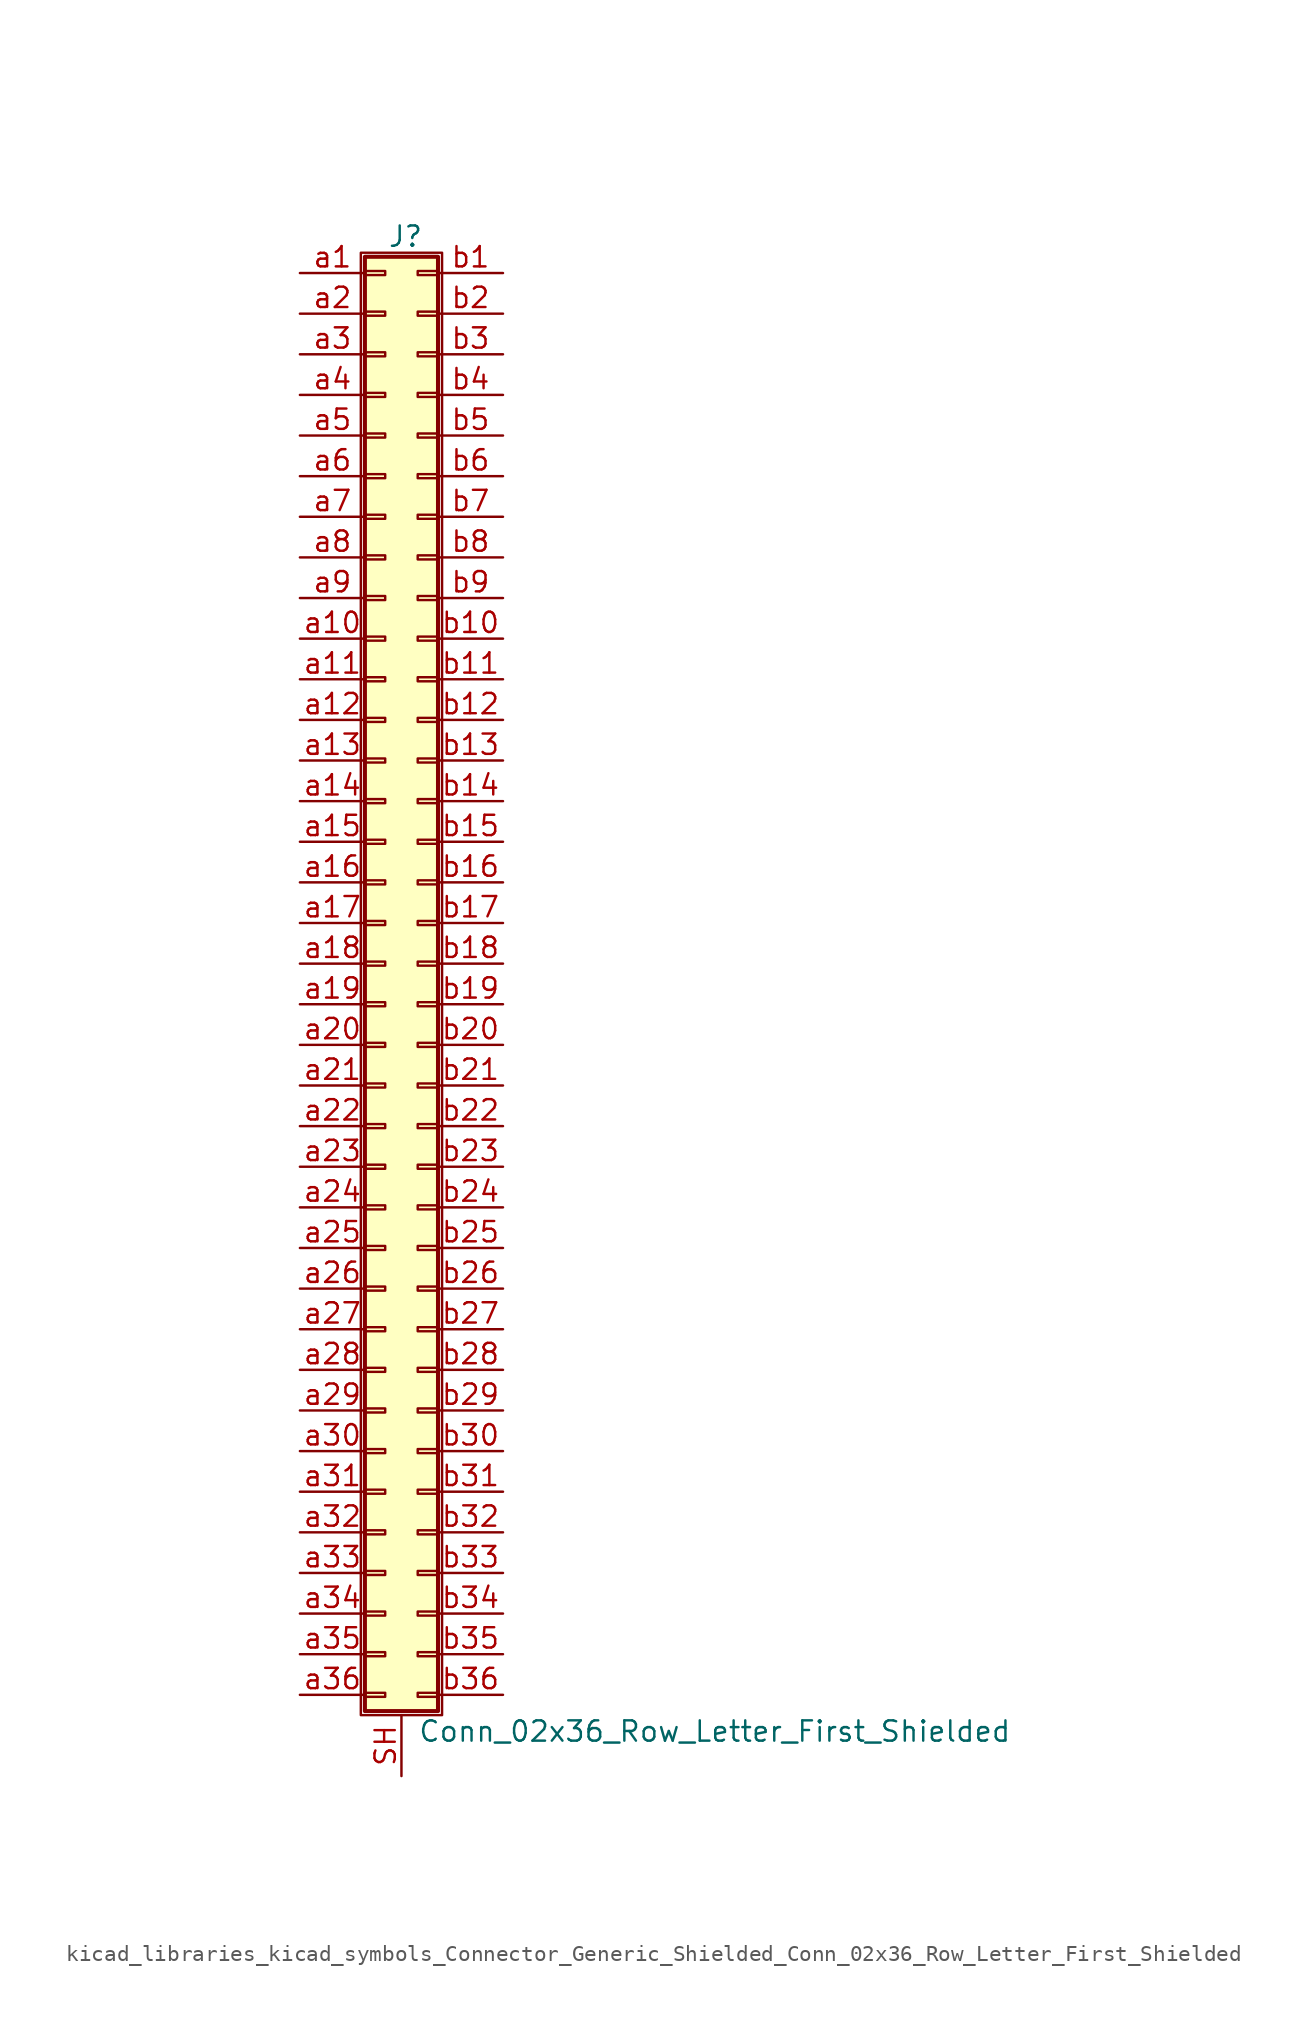
<source format=kicad_sym>
(kicad_symbol_lib
  (version 20220914)
  (generator kicad_symbol_editor)
  (symbol "kicad_libraries_kicad_symbols_Connector_Generic_Shielded_Conn_02x36_Row_Letter_First_Shielded"
    (pin_names
      (offset 1.016) hide)
    (property "Reference" "J"
      (at 1.524 45.466 0)
      (effects (font (size 1.27 1.27))))
    (property "Value" "Conn_02x36_Row_Letter_First_Shielded"
      (at 2.286 -48.006 0)
      (effects (font (size 1.27 1.27)) (justify left)))
    (symbol "kicad_libraries_kicad_symbols_Connector_Generic_Shielded_Conn_02x36_Row_Letter_First_Shielded_1_1"
      (rectangle (start -1.27 44.45) (end 3.81 -46.99) (stroke (width 0.152) (type default)) (fill (type none)))
      (rectangle (start -1.016 -45.593) (end 0.254 -45.847) (stroke (width 0.152) (type default)) (fill (type none)))
      (rectangle (start -1.016 -43.053) (end 0.254 -43.307) (stroke (width 0.152) (type default)) (fill (type none)))
      (rectangle (start -1.016 -40.513) (end 0.254 -40.767) (stroke (width 0.152) (type default)) (fill (type none)))
      (rectangle (start -1.016 -37.973) (end 0.254 -38.227) (stroke (width 0.152) (type default)) (fill (type none)))
      (rectangle (start -1.016 -35.433) (end 0.254 -35.687) (stroke (width 0.152) (type default)) (fill (type none)))
      (rectangle (start -1.016 -32.893) (end 0.254 -33.147) (stroke (width 0.152) (type default)) (fill (type none)))
      (rectangle (start -1.016 -30.353) (end 0.254 -30.607) (stroke (width 0.152) (type default)) (fill (type none)))
      (rectangle (start -1.016 -27.813) (end 0.254 -28.067) (stroke (width 0.152) (type default)) (fill (type none)))
      (rectangle (start -1.016 -25.273) (end 0.254 -25.527) (stroke (width 0.152) (type default)) (fill (type none)))
      (rectangle (start -1.016 -22.733) (end 0.254 -22.987) (stroke (width 0.152) (type default)) (fill (type none)))
      (rectangle (start -1.016 -20.193) (end 0.254 -20.447) (stroke (width 0.152) (type default)) (fill (type none)))
      (rectangle (start -1.016 -17.653) (end 0.254 -17.907) (stroke (width 0.152) (type default)) (fill (type none)))
      (rectangle (start -1.016 -15.113) (end 0.254 -15.367) (stroke (width 0.152) (type default)) (fill (type none)))
      (rectangle (start -1.016 -12.573) (end 0.254 -12.827) (stroke (width 0.152) (type default)) (fill (type none)))
      (rectangle (start -1.016 -10.033) (end 0.254 -10.287) (stroke (width 0.152) (type default)) (fill (type none)))
      (rectangle (start -1.016 -7.493) (end 0.254 -7.747) (stroke (width 0.152) (type default)) (fill (type none)))
      (rectangle (start -1.016 -4.953) (end 0.254 -5.207) (stroke (width 0.152) (type default)) (fill (type none)))
      (rectangle (start -1.016 -2.413) (end 0.254 -2.667) (stroke (width 0.152) (type default)) (fill (type none)))
      (rectangle (start -1.016 0.127) (end 0.254 -0.127) (stroke (width 0.152) (type default)) (fill (type none)))
      (rectangle (start -1.016 2.667) (end 0.254 2.413) (stroke (width 0.152) (type default)) (fill (type none)))
      (rectangle (start -1.016 5.207) (end 0.254 4.953) (stroke (width 0.152) (type default)) (fill (type none)))
      (rectangle (start -1.016 7.747) (end 0.254 7.493) (stroke (width 0.152) (type default)) (fill (type none)))
      (rectangle (start -1.016 10.287) (end 0.254 10.033) (stroke (width 0.152) (type default)) (fill (type none)))
      (rectangle (start -1.016 12.827) (end 0.254 12.573) (stroke (width 0.152) (type default)) (fill (type none)))
      (rectangle (start -1.016 15.367) (end 0.254 15.113) (stroke (width 0.152) (type default)) (fill (type none)))
      (rectangle (start -1.016 17.907) (end 0.254 17.653) (stroke (width 0.152) (type default)) (fill (type none)))
      (rectangle (start -1.016 20.447) (end 0.254 20.193) (stroke (width 0.152) (type default)) (fill (type none)))
      (rectangle (start -1.016 22.987) (end 0.254 22.733) (stroke (width 0.152) (type default)) (fill (type none)))
      (rectangle (start -1.016 25.527) (end 0.254 25.273) (stroke (width 0.152) (type default)) (fill (type none)))
      (rectangle (start -1.016 28.067) (end 0.254 27.813) (stroke (width 0.152) (type default)) (fill (type none)))
      (rectangle (start -1.016 30.607) (end 0.254 30.353) (stroke (width 0.152) (type default)) (fill (type none)))
      (rectangle (start -1.016 33.147) (end 0.254 32.893) (stroke (width 0.152) (type default)) (fill (type none)))
      (rectangle (start -1.016 35.687) (end 0.254 35.433) (stroke (width 0.152) (type default)) (fill (type none)))
      (rectangle (start -1.016 38.227) (end 0.254 37.973) (stroke (width 0.152) (type default)) (fill (type none)))
      (rectangle (start -1.016 40.767) (end 0.254 40.513) (stroke (width 0.152) (type default)) (fill (type none)))
      (rectangle (start -1.016 43.307) (end 0.254 43.053) (stroke (width 0.152) (type default)) (fill (type none)))
      (rectangle (start -1.016 44.196) (end 3.556 -46.736) (stroke (width 0.254) (type default)) (fill (type background)))
      (rectangle (start 3.556 -45.593) (end 2.286 -45.847) (stroke (width 0.152) (type default)) (fill (type none)))
      (rectangle (start 3.556 -43.053) (end 2.286 -43.307) (stroke (width 0.152) (type default)) (fill (type none)))
      (rectangle (start 3.556 -40.513) (end 2.286 -40.767) (stroke (width 0.152) (type default)) (fill (type none)))
      (rectangle (start 3.556 -37.973) (end 2.286 -38.227) (stroke (width 0.152) (type default)) (fill (type none)))
      (rectangle (start 3.556 -35.433) (end 2.286 -35.687) (stroke (width 0.152) (type default)) (fill (type none)))
      (rectangle (start 3.556 -32.893) (end 2.286 -33.147) (stroke (width 0.152) (type default)) (fill (type none)))
      (rectangle (start 3.556 -30.353) (end 2.286 -30.607) (stroke (width 0.152) (type default)) (fill (type none)))
      (rectangle (start 3.556 -27.813) (end 2.286 -28.067) (stroke (width 0.152) (type default)) (fill (type none)))
      (rectangle (start 3.556 -25.273) (end 2.286 -25.527) (stroke (width 0.152) (type default)) (fill (type none)))
      (rectangle (start 3.556 -22.733) (end 2.286 -22.987) (stroke (width 0.152) (type default)) (fill (type none)))
      (rectangle (start 3.556 -20.193) (end 2.286 -20.447) (stroke (width 0.152) (type default)) (fill (type none)))
      (rectangle (start 3.556 -17.653) (end 2.286 -17.907) (stroke (width 0.152) (type default)) (fill (type none)))
      (rectangle (start 3.556 -15.113) (end 2.286 -15.367) (stroke (width 0.152) (type default)) (fill (type none)))
      (rectangle (start 3.556 -12.573) (end 2.286 -12.827) (stroke (width 0.152) (type default)) (fill (type none)))
      (rectangle (start 3.556 -10.033) (end 2.286 -10.287) (stroke (width 0.152) (type default)) (fill (type none)))
      (rectangle (start 3.556 -7.493) (end 2.286 -7.747) (stroke (width 0.152) (type default)) (fill (type none)))
      (rectangle (start 3.556 -4.953) (end 2.286 -5.207) (stroke (width 0.152) (type default)) (fill (type none)))
      (rectangle (start 3.556 -2.413) (end 2.286 -2.667) (stroke (width 0.152) (type default)) (fill (type none)))
      (rectangle (start 3.556 0.127) (end 2.286 -0.127) (stroke (width 0.152) (type default)) (fill (type none)))
      (rectangle (start 3.556 2.667) (end 2.286 2.413) (stroke (width 0.152) (type default)) (fill (type none)))
      (rectangle (start 3.556 5.207) (end 2.286 4.953) (stroke (width 0.152) (type default)) (fill (type none)))
      (rectangle (start 3.556 7.747) (end 2.286 7.493) (stroke (width 0.152) (type default)) (fill (type none)))
      (rectangle (start 3.556 10.287) (end 2.286 10.033) (stroke (width 0.152) (type default)) (fill (type none)))
      (rectangle (start 3.556 12.827) (end 2.286 12.573) (stroke (width 0.152) (type default)) (fill (type none)))
      (rectangle (start 3.556 15.367) (end 2.286 15.113) (stroke (width 0.152) (type default)) (fill (type none)))
      (rectangle (start 3.556 17.907) (end 2.286 17.653) (stroke (width 0.152) (type default)) (fill (type none)))
      (rectangle (start 3.556 20.447) (end 2.286 20.193) (stroke (width 0.152) (type default)) (fill (type none)))
      (rectangle (start 3.556 22.987) (end 2.286 22.733) (stroke (width 0.152) (type default)) (fill (type none)))
      (rectangle (start 3.556 25.527) (end 2.286 25.273) (stroke (width 0.152) (type default)) (fill (type none)))
      (rectangle (start 3.556 28.067) (end 2.286 27.813) (stroke (width 0.152) (type default)) (fill (type none)))
      (rectangle (start 3.556 30.607) (end 2.286 30.353) (stroke (width 0.152) (type default)) (fill (type none)))
      (rectangle (start 3.556 33.147) (end 2.286 32.893) (stroke (width 0.152) (type default)) (fill (type none)))
      (rectangle (start 3.556 35.687) (end 2.286 35.433) (stroke (width 0.152) (type default)) (fill (type none)))
      (rectangle (start 3.556 38.227) (end 2.286 37.973) (stroke (width 0.152) (type default)) (fill (type none)))
      (rectangle (start 3.556 40.767) (end 2.286 40.513) (stroke (width 0.152) (type default)) (fill (type none)))
      (rectangle (start 3.556 43.307) (end 2.286 43.053) (stroke (width 0.152) (type default)) (fill (type none)))
      (pin passive line (at 1.27 -50.8 90) (length 3.81) (name "Shield" (effects (font (size 1.27 1.27)))) (number "SH" (effects (font (size 1.27 1.27)))))
      (pin passive line (at -5.08 43.18 0) (length 4.064) (name "Pin_a1" (effects (font (size 1.27 1.27)))) (number "a1" (effects (font (size 1.27 1.27)))))
      (pin passive line (at -5.08 20.32 0) (length 4.064) (name "Pin_a10" (effects (font (size 1.27 1.27)))) (number "a10" (effects (font (size 1.27 1.27)))))
      (pin passive line (at -5.08 17.78 0) (length 4.064) (name "Pin_a11" (effects (font (size 1.27 1.27)))) (number "a11" (effects (font (size 1.27 1.27)))))
      (pin passive line (at -5.08 15.24 0) (length 4.064) (name "Pin_a12" (effects (font (size 1.27 1.27)))) (number "a12" (effects (font (size 1.27 1.27)))))
      (pin passive line (at -5.08 12.7 0) (length 4.064) (name "Pin_a13" (effects (font (size 1.27 1.27)))) (number "a13" (effects (font (size 1.27 1.27)))))
      (pin passive line (at -5.08 10.16 0) (length 4.064) (name "Pin_a14" (effects (font (size 1.27 1.27)))) (number "a14" (effects (font (size 1.27 1.27)))))
      (pin passive line (at -5.08 7.62 0) (length 4.064) (name "Pin_a15" (effects (font (size 1.27 1.27)))) (number "a15" (effects (font (size 1.27 1.27)))))
      (pin passive line (at -5.08 5.08 0) (length 4.064) (name "Pin_a16" (effects (font (size 1.27 1.27)))) (number "a16" (effects (font (size 1.27 1.27)))))
      (pin passive line (at -5.08 2.54 0) (length 4.064) (name "Pin_a17" (effects (font (size 1.27 1.27)))) (number "a17" (effects (font (size 1.27 1.27)))))
      (pin passive line (at -5.08 0 0) (length 4.064) (name "Pin_a18" (effects (font (size 1.27 1.27)))) (number "a18" (effects (font (size 1.27 1.27)))))
      (pin passive line (at -5.08 -2.54 0) (length 4.064) (name "Pin_a19" (effects (font (size 1.27 1.27)))) (number "a19" (effects (font (size 1.27 1.27)))))
      (pin passive line (at -5.08 40.64 0) (length 4.064) (name "Pin_a2" (effects (font (size 1.27 1.27)))) (number "a2" (effects (font (size 1.27 1.27)))))
      (pin passive line (at -5.08 -5.08 0) (length 4.064) (name "Pin_a20" (effects (font (size 1.27 1.27)))) (number "a20" (effects (font (size 1.27 1.27)))))
      (pin passive line (at -5.08 -7.62 0) (length 4.064) (name "Pin_a21" (effects (font (size 1.27 1.27)))) (number "a21" (effects (font (size 1.27 1.27)))))
      (pin passive line (at -5.08 -10.16 0) (length 4.064) (name "Pin_a22" (effects (font (size 1.27 1.27)))) (number "a22" (effects (font (size 1.27 1.27)))))
      (pin passive line (at -5.08 -12.7 0) (length 4.064) (name "Pin_a23" (effects (font (size 1.27 1.27)))) (number "a23" (effects (font (size 1.27 1.27)))))
      (pin passive line (at -5.08 -15.24 0) (length 4.064) (name "Pin_a24" (effects (font (size 1.27 1.27)))) (number "a24" (effects (font (size 1.27 1.27)))))
      (pin passive line (at -5.08 -17.78 0) (length 4.064) (name "Pin_a25" (effects (font (size 1.27 1.27)))) (number "a25" (effects (font (size 1.27 1.27)))))
      (pin passive line (at -5.08 -20.32 0) (length 4.064) (name "Pin_a26" (effects (font (size 1.27 1.27)))) (number "a26" (effects (font (size 1.27 1.27)))))
      (pin passive line (at -5.08 -22.86 0) (length 4.064) (name "Pin_a27" (effects (font (size 1.27 1.27)))) (number "a27" (effects (font (size 1.27 1.27)))))
      (pin passive line (at -5.08 -25.4 0) (length 4.064) (name "Pin_a28" (effects (font (size 1.27 1.27)))) (number "a28" (effects (font (size 1.27 1.27)))))
      (pin passive line (at -5.08 -27.94 0) (length 4.064) (name "Pin_a29" (effects (font (size 1.27 1.27)))) (number "a29" (effects (font (size 1.27 1.27)))))
      (pin passive line (at -5.08 38.1 0) (length 4.064) (name "Pin_a3" (effects (font (size 1.27 1.27)))) (number "a3" (effects (font (size 1.27 1.27)))))
      (pin passive line (at -5.08 -30.48 0) (length 4.064) (name "Pin_a30" (effects (font (size 1.27 1.27)))) (number "a30" (effects (font (size 1.27 1.27)))))
      (pin passive line (at -5.08 -33.02 0) (length 4.064) (name "Pin_a31" (effects (font (size 1.27 1.27)))) (number "a31" (effects (font (size 1.27 1.27)))))
      (pin passive line (at -5.08 -35.56 0) (length 4.064) (name "Pin_a32" (effects (font (size 1.27 1.27)))) (number "a32" (effects (font (size 1.27 1.27)))))
      (pin passive line (at -5.08 -38.1 0) (length 4.064) (name "Pin_a33" (effects (font (size 1.27 1.27)))) (number "a33" (effects (font (size 1.27 1.27)))))
      (pin passive line (at -5.08 -40.64 0) (length 4.064) (name "Pin_a34" (effects (font (size 1.27 1.27)))) (number "a34" (effects (font (size 1.27 1.27)))))
      (pin passive line (at -5.08 -43.18 0) (length 4.064) (name "Pin_a35" (effects (font (size 1.27 1.27)))) (number "a35" (effects (font (size 1.27 1.27)))))
      (pin passive line (at -5.08 -45.72 0) (length 4.064) (name "Pin_a36" (effects (font (size 1.27 1.27)))) (number "a36" (effects (font (size 1.27 1.27)))))
      (pin passive line (at -5.08 35.56 0) (length 4.064) (name "Pin_a4" (effects (font (size 1.27 1.27)))) (number "a4" (effects (font (size 1.27 1.27)))))
      (pin passive line (at -5.08 33.02 0) (length 4.064) (name "Pin_a5" (effects (font (size 1.27 1.27)))) (number "a5" (effects (font (size 1.27 1.27)))))
      (pin passive line (at -5.08 30.48 0) (length 4.064) (name "Pin_a6" (effects (font (size 1.27 1.27)))) (number "a6" (effects (font (size 1.27 1.27)))))
      (pin passive line (at -5.08 27.94 0) (length 4.064) (name "Pin_a7" (effects (font (size 1.27 1.27)))) (number "a7" (effects (font (size 1.27 1.27)))))
      (pin passive line (at -5.08 25.4 0) (length 4.064) (name "Pin_a8" (effects (font (size 1.27 1.27)))) (number "a8" (effects (font (size 1.27 1.27)))))
      (pin passive line (at -5.08 22.86 0) (length 4.064) (name "Pin_a9" (effects (font (size 1.27 1.27)))) (number "a9" (effects (font (size 1.27 1.27)))))
      (pin passive line (at 7.62 43.18 180) (length 4.064) (name "Pin_b1" (effects (font (size 1.27 1.27)))) (number "b1" (effects (font (size 1.27 1.27)))))
      (pin passive line (at 7.62 20.32 180) (length 4.064) (name "Pin_b10" (effects (font (size 1.27 1.27)))) (number "b10" (effects (font (size 1.27 1.27)))))
      (pin passive line (at 7.62 17.78 180) (length 4.064) (name "Pin_b11" (effects (font (size 1.27 1.27)))) (number "b11" (effects (font (size 1.27 1.27)))))
      (pin passive line (at 7.62 15.24 180) (length 4.064) (name "Pin_b12" (effects (font (size 1.27 1.27)))) (number "b12" (effects (font (size 1.27 1.27)))))
      (pin passive line (at 7.62 12.7 180) (length 4.064) (name "Pin_b13" (effects (font (size 1.27 1.27)))) (number "b13" (effects (font (size 1.27 1.27)))))
      (pin passive line (at 7.62 10.16 180) (length 4.064) (name "Pin_b14" (effects (font (size 1.27 1.27)))) (number "b14" (effects (font (size 1.27 1.27)))))
      (pin passive line (at 7.62 7.62 180) (length 4.064) (name "Pin_b15" (effects (font (size 1.27 1.27)))) (number "b15" (effects (font (size 1.27 1.27)))))
      (pin passive line (at 7.62 5.08 180) (length 4.064) (name "Pin_b16" (effects (font (size 1.27 1.27)))) (number "b16" (effects (font (size 1.27 1.27)))))
      (pin passive line (at 7.62 2.54 180) (length 4.064) (name "Pin_b17" (effects (font (size 1.27 1.27)))) (number "b17" (effects (font (size 1.27 1.27)))))
      (pin passive line (at 7.62 0 180) (length 4.064) (name "Pin_b18" (effects (font (size 1.27 1.27)))) (number "b18" (effects (font (size 1.27 1.27)))))
      (pin passive line (at 7.62 -2.54 180) (length 4.064) (name "Pin_b19" (effects (font (size 1.27 1.27)))) (number "b19" (effects (font (size 1.27 1.27)))))
      (pin passive line (at 7.62 40.64 180) (length 4.064) (name "Pin_b2" (effects (font (size 1.27 1.27)))) (number "b2" (effects (font (size 1.27 1.27)))))
      (pin passive line (at 7.62 -5.08 180) (length 4.064) (name "Pin_b20" (effects (font (size 1.27 1.27)))) (number "b20" (effects (font (size 1.27 1.27)))))
      (pin passive line (at 7.62 -7.62 180) (length 4.064) (name "Pin_b21" (effects (font (size 1.27 1.27)))) (number "b21" (effects (font (size 1.27 1.27)))))
      (pin passive line (at 7.62 -10.16 180) (length 4.064) (name "Pin_b22" (effects (font (size 1.27 1.27)))) (number "b22" (effects (font (size 1.27 1.27)))))
      (pin passive line (at 7.62 -12.7 180) (length 4.064) (name "Pin_b23" (effects (font (size 1.27 1.27)))) (number "b23" (effects (font (size 1.27 1.27)))))
      (pin passive line (at 7.62 -15.24 180) (length 4.064) (name "Pin_b24" (effects (font (size 1.27 1.27)))) (number "b24" (effects (font (size 1.27 1.27)))))
      (pin passive line (at 7.62 -17.78 180) (length 4.064) (name "Pin_b25" (effects (font (size 1.27 1.27)))) (number "b25" (effects (font (size 1.27 1.27)))))
      (pin passive line (at 7.62 -20.32 180) (length 4.064) (name "Pin_b26" (effects (font (size 1.27 1.27)))) (number "b26" (effects (font (size 1.27 1.27)))))
      (pin passive line (at 7.62 -22.86 180) (length 4.064) (name "Pin_b27" (effects (font (size 1.27 1.27)))) (number "b27" (effects (font (size 1.27 1.27)))))
      (pin passive line (at 7.62 -25.4 180) (length 4.064) (name "Pin_b28" (effects (font (size 1.27 1.27)))) (number "b28" (effects (font (size 1.27 1.27)))))
      (pin passive line (at 7.62 -27.94 180) (length 4.064) (name "Pin_b29" (effects (font (size 1.27 1.27)))) (number "b29" (effects (font (size 1.27 1.27)))))
      (pin passive line (at 7.62 38.1 180) (length 4.064) (name "Pin_b3" (effects (font (size 1.27 1.27)))) (number "b3" (effects (font (size 1.27 1.27)))))
      (pin passive line (at 7.62 -30.48 180) (length 4.064) (name "Pin_b30" (effects (font (size 1.27 1.27)))) (number "b30" (effects (font (size 1.27 1.27)))))
      (pin passive line (at 7.62 -33.02 180) (length 4.064) (name "Pin_b31" (effects (font (size 1.27 1.27)))) (number "b31" (effects (font (size 1.27 1.27)))))
      (pin passive line (at 7.62 -35.56 180) (length 4.064) (name "Pin_b32" (effects (font (size 1.27 1.27)))) (number "b32" (effects (font (size 1.27 1.27)))))
      (pin passive line (at 7.62 -38.1 180) (length 4.064) (name "Pin_b33" (effects (font (size 1.27 1.27)))) (number "b33" (effects (font (size 1.27 1.27)))))
      (pin passive line (at 7.62 -40.64 180) (length 4.064) (name "Pin_b34" (effects (font (size 1.27 1.27)))) (number "b34" (effects (font (size 1.27 1.27)))))
      (pin passive line (at 7.62 -43.18 180) (length 4.064) (name "Pin_b35" (effects (font (size 1.27 1.27)))) (number "b35" (effects (font (size 1.27 1.27)))))
      (pin passive line (at 7.62 -45.72 180) (length 4.064) (name "Pin_b36" (effects (font (size 1.27 1.27)))) (number "b36" (effects (font (size 1.27 1.27)))))
      (pin passive line (at 7.62 35.56 180) (length 4.064) (name "Pin_b4" (effects (font (size 1.27 1.27)))) (number "b4" (effects (font (size 1.27 1.27)))))
      (pin passive line (at 7.62 33.02 180) (length 4.064) (name "Pin_b5" (effects (font (size 1.27 1.27)))) (number "b5" (effects (font (size 1.27 1.27)))))
      (pin passive line (at 7.62 30.48 180) (length 4.064) (name "Pin_b6" (effects (font (size 1.27 1.27)))) (number "b6" (effects (font (size 1.27 1.27)))))
      (pin passive line (at 7.62 27.94 180) (length 4.064) (name "Pin_b7" (effects (font (size 1.27 1.27)))) (number "b7" (effects (font (size 1.27 1.27)))))
      (pin passive line (at 7.62 25.4 180) (length 4.064) (name "Pin_b8" (effects (font (size 1.27 1.27)))) (number "b8" (effects (font (size 1.27 1.27)))))
      (pin passive line (at 7.62 22.86 180) (length 4.064) (name "Pin_b9" (effects (font (size 1.27 1.27)))) (number "b9" (effects (font (size 1.27 1.27))))))))
</source>
